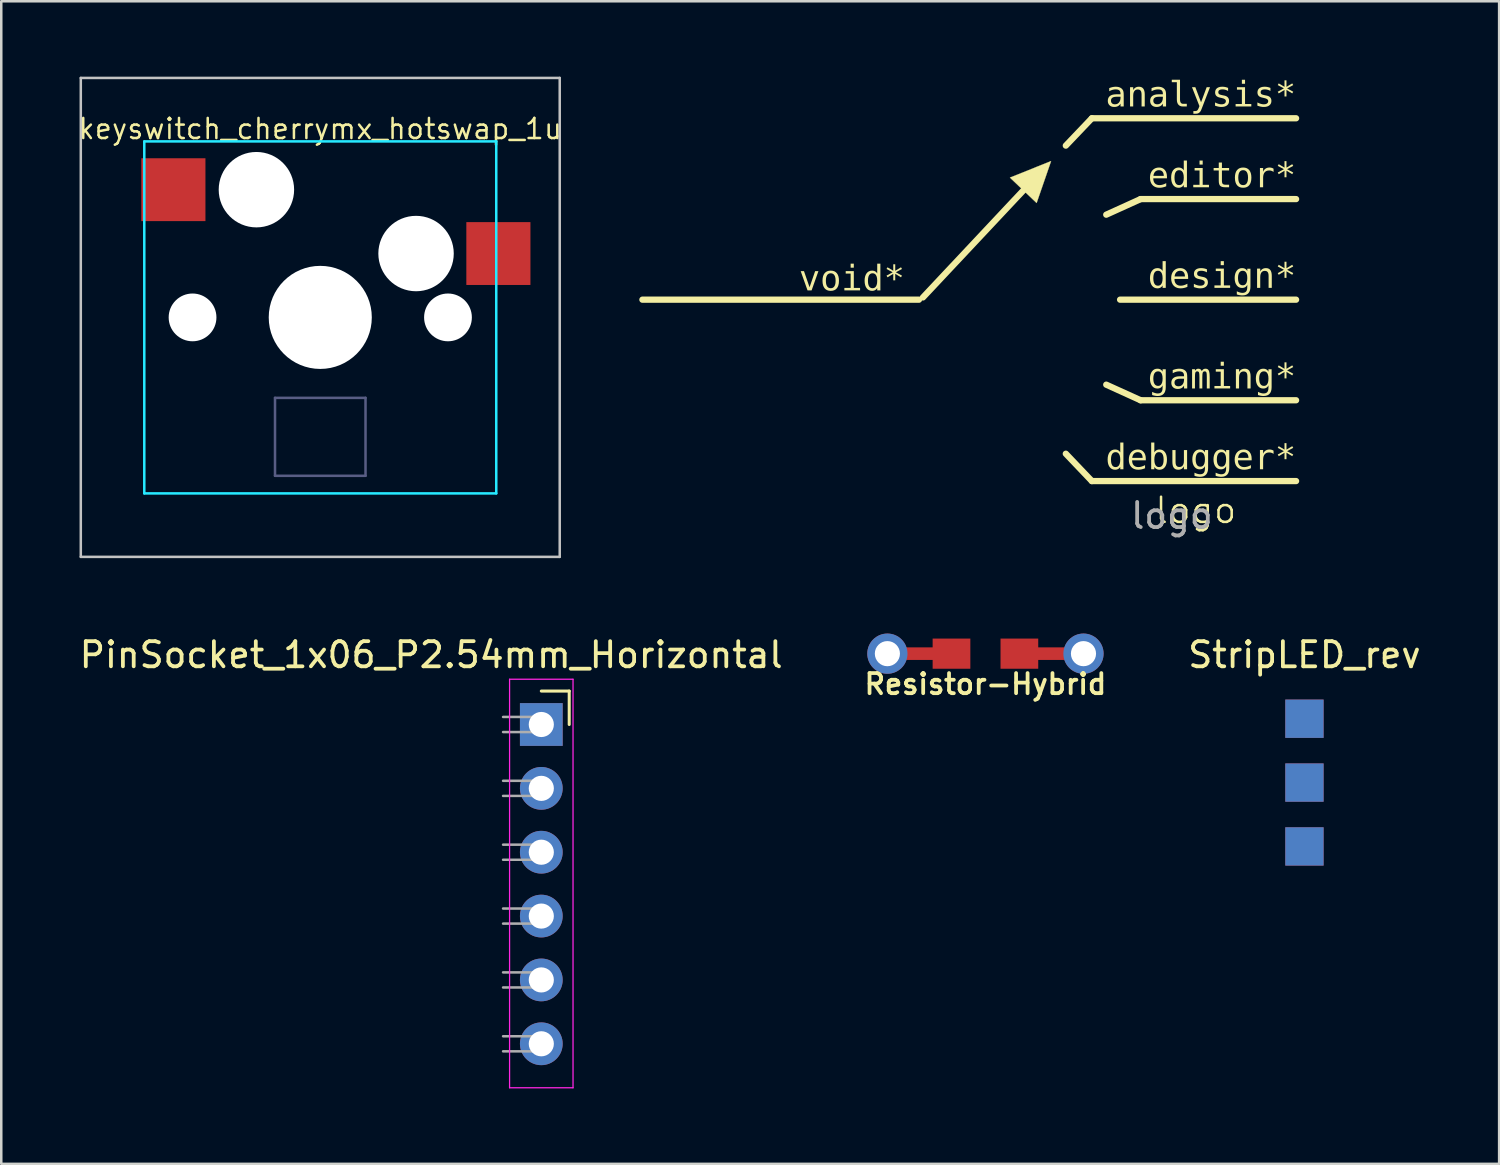
<source format=kicad_pcb>
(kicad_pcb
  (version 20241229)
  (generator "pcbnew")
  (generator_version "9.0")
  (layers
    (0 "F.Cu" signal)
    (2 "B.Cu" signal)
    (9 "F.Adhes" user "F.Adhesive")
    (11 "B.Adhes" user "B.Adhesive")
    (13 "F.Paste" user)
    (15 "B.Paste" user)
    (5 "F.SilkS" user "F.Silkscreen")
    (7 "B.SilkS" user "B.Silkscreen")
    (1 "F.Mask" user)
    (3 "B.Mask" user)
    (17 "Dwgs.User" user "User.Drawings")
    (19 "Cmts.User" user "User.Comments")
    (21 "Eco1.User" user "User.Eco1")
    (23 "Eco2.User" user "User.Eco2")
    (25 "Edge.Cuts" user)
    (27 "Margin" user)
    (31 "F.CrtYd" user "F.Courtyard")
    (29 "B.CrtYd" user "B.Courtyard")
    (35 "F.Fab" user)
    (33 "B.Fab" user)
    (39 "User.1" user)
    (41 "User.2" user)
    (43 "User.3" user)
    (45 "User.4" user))
  (footprint "PinSocket_1x06_P2.54mm_Horizontal"
    (layer "F.Cu")
    (at 18.481 25.768)
    (property "Reference" "PinSocket_1x06_P2.54mm_Horizontal" (at -4.38 -2.77 0) (layer "F.SilkS") (effects (font (size 1 1) (thickness 0.15))))
    (attr through_hole)
    (fp_line (start 0 -1.33) (end 1.11 -1.33) (stroke (width 0.12) (type solid)) (layer "F.SilkS"))
    (fp_line (start 1.11 -1.33) (end 1.11 0) (stroke (width 0.12) (type solid)) (layer "F.SilkS"))
    (fp_line (start -1.262 -1.8) (end -1.262 14.45) (stroke (width 0.05) (type solid)) (layer "F.CrtYd"))
    (fp_line (start -1.262 14.45) (end 1.262 14.45) (stroke (width 0.05) (type solid)) (layer "F.CrtYd"))
    (fp_line (start 1.262 -1.8) (end -1.262 -1.8) (stroke (width 0.05) (type solid)) (layer "F.CrtYd"))
    (fp_line (start 1.262 14.45) (end 1.262 -1.8) (stroke (width 0.05) (type solid)) (layer "F.CrtYd"))
    (fp_line (start -1.52 0.3) (end 0 0.3) (stroke (width 0.1) (type solid)) (layer "F.Fab"))
    (fp_line (start -1.52 2.84) (end 0 2.84) (stroke (width 0.1) (type solid)) (layer "F.Fab"))
    (fp_line (start -1.52 5.38) (end 0 5.38) (stroke (width 0.1) (type solid)) (layer "F.Fab"))
    (fp_line (start -1.52 7.92) (end 0 7.92) (stroke (width 0.1) (type solid)) (layer "F.Fab"))
    (fp_line (start -1.52 10.46) (end 0 10.46) (stroke (width 0.1) (type solid)) (layer "F.Fab"))
    (fp_line (start -1.52 13) (end 0 13) (stroke (width 0.1) (type solid)) (layer "F.Fab"))
    (fp_line (start 0 -0.3) (end -1.52 -0.3) (stroke (width 0.1) (type solid)) (layer "F.Fab"))
    (fp_line (start 0 0.3) (end 0 -0.3) (stroke (width 0.1) (type solid)) (layer "F.Fab"))
    (fp_line (start 0 2.24) (end -1.52 2.24) (stroke (width 0.1) (type solid)) (layer "F.Fab"))
    (fp_line (start 0 2.84) (end 0 2.24) (stroke (width 0.1) (type solid)) (layer "F.Fab"))
    (fp_line (start 0 4.78) (end -1.52 4.78) (stroke (width 0.1) (type solid)) (layer "F.Fab"))
    (fp_line (start 0 5.38) (end 0 4.78) (stroke (width 0.1) (type solid)) (layer "F.Fab"))
    (fp_line (start 0 7.32) (end -1.52 7.32) (stroke (width 0.1) (type solid)) (layer "F.Fab"))
    (fp_line (start 0 7.92) (end 0 7.32) (stroke (width 0.1) (type solid)) (layer "F.Fab"))
    (fp_line (start 0 9.86) (end -1.52 9.86) (stroke (width 0.1) (type solid)) (layer "F.Fab"))
    (fp_line (start 0 10.46) (end 0 9.86) (stroke (width 0.1) (type solid)) (layer "F.Fab"))
    (fp_line (start 0 12.4) (end -1.52 12.4) (stroke (width 0.1) (type solid)) (layer "F.Fab"))
    (fp_line (start 0 13) (end 0 12.4) (stroke (width 0.1) (type solid)) (layer "F.Fab"))
    (pad "1" thru_hole rect (at 0 0) (size 1.7 1.7) (drill 1) (layers "*.Cu" "*.Mask"))
    (pad "2" thru_hole oval (at 0 2.54) (size 1.7 1.7) (drill 1) (layers "*.Cu" "*.Mask"))
    (pad "3" thru_hole oval (at 0 5.08) (size 1.7 1.7) (drill 1) (layers "*.Cu" "*.Mask"))
    (pad "4" thru_hole oval (at 0 7.62) (size 1.7 1.7) (drill 1) (layers "*.Cu" "*.Mask"))
    (pad "5" thru_hole oval (at 0 10.16) (size 1.7 1.7) (drill 1) (layers "*.Cu" "*.Mask"))
    (pad "6" thru_hole oval (at 0 12.7) (size 1.7 1.7) (drill 1) (layers "*.Cu" "*.Mask")))
  (footprint "Resistor-Hybrid"
    (layer "F.Cu")
    (at 36.147 22.95)
    (property "Reference" "Resistor-Hybrid" (at 0 1.21 0) (layer "F.SilkS") (effects (font (size 0.8 0.8) (thickness 0.15))))
    (attr smd)
    (pad "1" smd rect (at 1.35 0) (size 1.5 1.2) (layers "F.Cu" "F.Mask" "F.Paste"))
    (pad "1" smd rect (at 2.5 0) (size 2.9 0.5) (layers "F.Cu"))
    (pad "1" thru_hole circle (at 3.9 0) (size 1.6 1.6) (drill 1) (layers "*.Cu" "*.Mask"))
    (pad "2" thru_hole circle (at -3.9 0) (size 1.6 1.6) (drill 1) (layers "*.Cu" "*.Mask"))
    (pad "2" smd rect (at -2.5 0) (size 2.9 0.5) (layers "F.Cu"))
    (pad "2" smd rect (at -1.35 0) (size 1.5 1.2) (layers "F.Cu" "F.Mask" "F.Paste")))
  (footprint "logo"
    (layer "F.Cu")
    (at 33.503 8.87)
    (property "Reference" "logo" (at 11.01 8.38 0) (unlocked yes) (layer "F.SilkS") (effects (font (size 1 1) (thickness 0.1))))
    (attr through_hole)
    (fp_circle (center 0 0) (end 0.762 0) (stroke (width 0.01) (type solid)) (fill yes) (layer "F.Mask"))
    (fp_circle (center 5.842 -6.128) (end 6.604 -6.128) (stroke (width 0.01) (type solid)) (fill yes) (layer "F.Mask"))
    (fp_circle (center 5.842 6.128) (end 6.604 6.128) (stroke (width 0.01) (type solid)) (fill yes) (layer "F.Mask"))
    (fp_circle (center 7.45 -3.381) (end 8.212 -3.381) (stroke (width 0.01) (type solid)) (fill yes) (layer "F.Mask"))
    (fp_circle (center 7.45 3.381) (end 8.212 3.381) (stroke (width 0.01) (type solid)) (fill yes) (layer "F.Mask"))
    (fp_circle (center 8 0) (end 8.762 0) (stroke (width 0.01) (type solid)) (fill yes) (layer "F.Mask"))
    (fp_line (start 0 0) (end -11 0) (stroke (width 0.25) (type default)) (layer "F.SilkS"))
    (fp_line (start 0.158 -0.089) (end 4.67 -4.897) (stroke (width 0.25) (type default)) (layer "F.SilkS"))
    (fp_line (start 5.842 -6.128) (end 6.877 -7.215) (stroke (width 0.25) (type default)) (layer "F.SilkS"))
    (fp_line (start 5.842 6.128) (end 6.877 7.215) (stroke (width 0.25) (type default)) (layer "F.SilkS"))
    (fp_line (start 6.877 -7.215) (end 15 -7.215) (stroke (width 0.25) (type default)) (layer "F.SilkS"))
    (fp_line (start 6.877 7.215) (end 15 7.215) (stroke (width 0.25) (type default)) (layer "F.SilkS"))
    (fp_line (start 7.45 -3.381) (end 8.816 -4.001) (stroke (width 0.25) (type default)) (layer "F.SilkS"))
    (fp_line (start 7.45 3.381) (end 8.816 4.001) (stroke (width 0.25) (type default)) (layer "F.SilkS"))
    (fp_line (start 8 0) (end 15 0) (stroke (width 0.25) (type default)) (layer "F.SilkS"))
    (fp_line (start 8.816 -4.001) (end 15 -4.001) (stroke (width 0.25) (type default)) (layer "F.SilkS"))
    (fp_line (start 8.816 4.001) (end 15 4.001) (stroke (width 0.25) (type default)) (layer "F.SilkS"))
    (fp_poly (pts (xy 3.618 -4.856) (xy 5.256 -5.513) (xy 4.68 -3.845)) (stroke (width 0.01) (type solid)) (fill yes) (layer "F.SilkS"))
    (fp_text user "design*" (at 15 -0.3 0) (unlocked yes) (layer "F.SilkS") (effects (font (face "DejaVu Sans Mono") (size 1 1) (thickness 0.15)) (justify right bottom)))
    (fp_text user "editor*" (at 15 -4.301 0) (unlocked yes) (layer "F.SilkS") (effects (font (face "DejaVu Sans Mono") (size 1 1) (thickness 0.15)) (justify right bottom)))
    (fp_text user "debugger*" (at 15 6.915 0) (unlocked yes) (layer "F.SilkS") (effects (font (face "DejaVu Sans Mono") (size 1 1) (thickness 0.15)) (justify right bottom)))
    (fp_text user "void*" (at -0.562 -0.2 0) (unlocked yes) (layer "F.SilkS") (effects (font (face "DejaVu Sans Mono") (size 1 1) (thickness 0.15)) (justify right bottom)))
    (fp_text user "gaming*" (at 15 3.701 0) (unlocked yes) (layer "F.SilkS") (effects (font (face "DejaVu Sans Mono") (size 1 1) (thickness 0.15)) (justify right bottom)))
    (fp_text user "analysis*" (at 15 -7.515 0) (unlocked yes) (layer "F.SilkS") (effects (font (face "DejaVu Sans Mono") (size 1 1) (thickness 0.15)) (justify right bottom)))
    (fp_text user "${REFERENCE}" (at 10.06 8.59 0) (unlocked yes) (layer "F.Fab") (effects (font (size 1 1) (thickness 0.15)))))
  (footprint "StripLED_rev"
    (layer "F.Cu")
    (at 48.836 25.538)
    (property "Reference" "StripLED_rev" (at 0 -2.54 0) (layer "F.SilkS") (effects (font (size 1 1) (thickness 0.15))))
    (attr through_hole)
    (pad "1" smd rect (at 0 0) (size 1.524 1.524) (layers "F.Cu" "F.Mask" "F.Paste"))
    (pad "1" smd rect (at 0 5.08) (size 1.524 1.524) (layers "B.Cu" "B.Mask" "B.Paste"))
    (pad "2" smd rect (at 0 2.54) (size 1.524 1.524) (layers "F.Cu" "F.Mask" "F.Paste"))
    (pad "2" smd rect (at 0 2.54) (size 1.524 1.524) (layers "B.Cu" "B.Mask" "B.Paste"))
    (pad "3" smd rect (at 0 0) (size 1.524 1.524) (layers "B.Cu" "B.Mask" "B.Paste"))
    (pad "3" smd rect (at 0 5.08) (size 1.524 1.524) (layers "F.Cu" "F.Mask" "F.Paste")))
  (footprint "keyswitch_cherrymx_hotswap_1u"
    (layer "F.Cu")
    (at 9.689 9.575)
    (property "Reference" "keyswitch_cherrymx_hotswap_1u" (at 0 -7.5 0) (layer "F.SilkS") (effects (font (size 0.8 0.8) (thickness 0.1) (bold yes))))
    (attr smd)
    (fp_line (start -9.525 -9.525) (end -9.525 9.525) (stroke (width 0.1) (type solid)) (layer "Dwgs.User"))
    (fp_line (start -9.525 9.525) (end 9.525 9.525) (stroke (width 0.1) (type solid)) (layer "Dwgs.User"))
    (fp_line (start 9.525 -9.525) (end -9.525 -9.525) (stroke (width 0.1) (type solid)) (layer "Dwgs.User"))
    (fp_line (start 9.525 9.525) (end 9.525 -9.525) (stroke (width 0.1) (type solid)) (layer "Dwgs.User"))
    (fp_line (start -7 7) (end -7 -7) (stroke (width 0.1) (type default)) (layer "B.CrtYd"))
    (fp_line (start 7 -7) (end -7 -7) (stroke (width 0.1) (type default)) (layer "B.CrtYd"))
    (fp_line (start 7 -7) (end 7 7) (stroke (width 0.1) (type default)) (layer "B.CrtYd"))
    (fp_line (start 7 7) (end -7 7) (stroke (width 0.1) (type default)) (layer "B.CrtYd"))
    (fp_line (start -1.8 3.2) (end -1.8 6.3) (stroke (width 0.1) (type default)) (layer "B.Fab"))
    (fp_line (start 1.8 3.2) (end -1.8 3.2) (stroke (width 0.1) (type default)) (layer "B.Fab"))
    (fp_line (start 1.8 3.2) (end 1.8 6.3) (stroke (width 0.1) (type default)) (layer "B.Fab"))
    (fp_line (start 1.8 6.3) (end -1.8 6.3) (stroke (width 0.1) (type default)) (layer "B.Fab"))
    (pad "" np_thru_hole circle (at -5.08 0) (size 1.9 1.9) (drill 1.9) (layers "*.Cu" "*.Mask"))
    (pad "" np_thru_hole circle (at -2.54 -5.08) (size 3 3) (drill 3) (layers "*.Cu" "*.Mask"))
    (pad "" np_thru_hole circle (at 0 0 270) (size 4.1 4.1) (drill 4.1) (layers "*.Cu" "*.Mask"))
    (pad "" np_thru_hole circle (at 3.81 -2.54) (size 3 3) (drill 3) (layers "*.Cu" "*.Mask"))
    (pad "" np_thru_hole circle (at 5.08 0) (size 1.9 1.9) (drill 1.9) (layers "*.Cu" "*.Mask"))
    (pad "1" smd rect (at 7.085 -2.54 180) (size 2.55 2.5) (layers "F.Cu" "F.Mask" "F.Paste"))
    (pad "2" smd rect (at -5.842 -5.08 180) (size 2.55 2.5) (layers "F.Cu" "F.Mask" "F.Paste")))
  (gr_rect
    (start -3 -3)
    (end 56.58 43.243)
    (stroke (width 0.1) (type default))
    (fill no)
    (layer "Edge.Cuts")))
</source>
